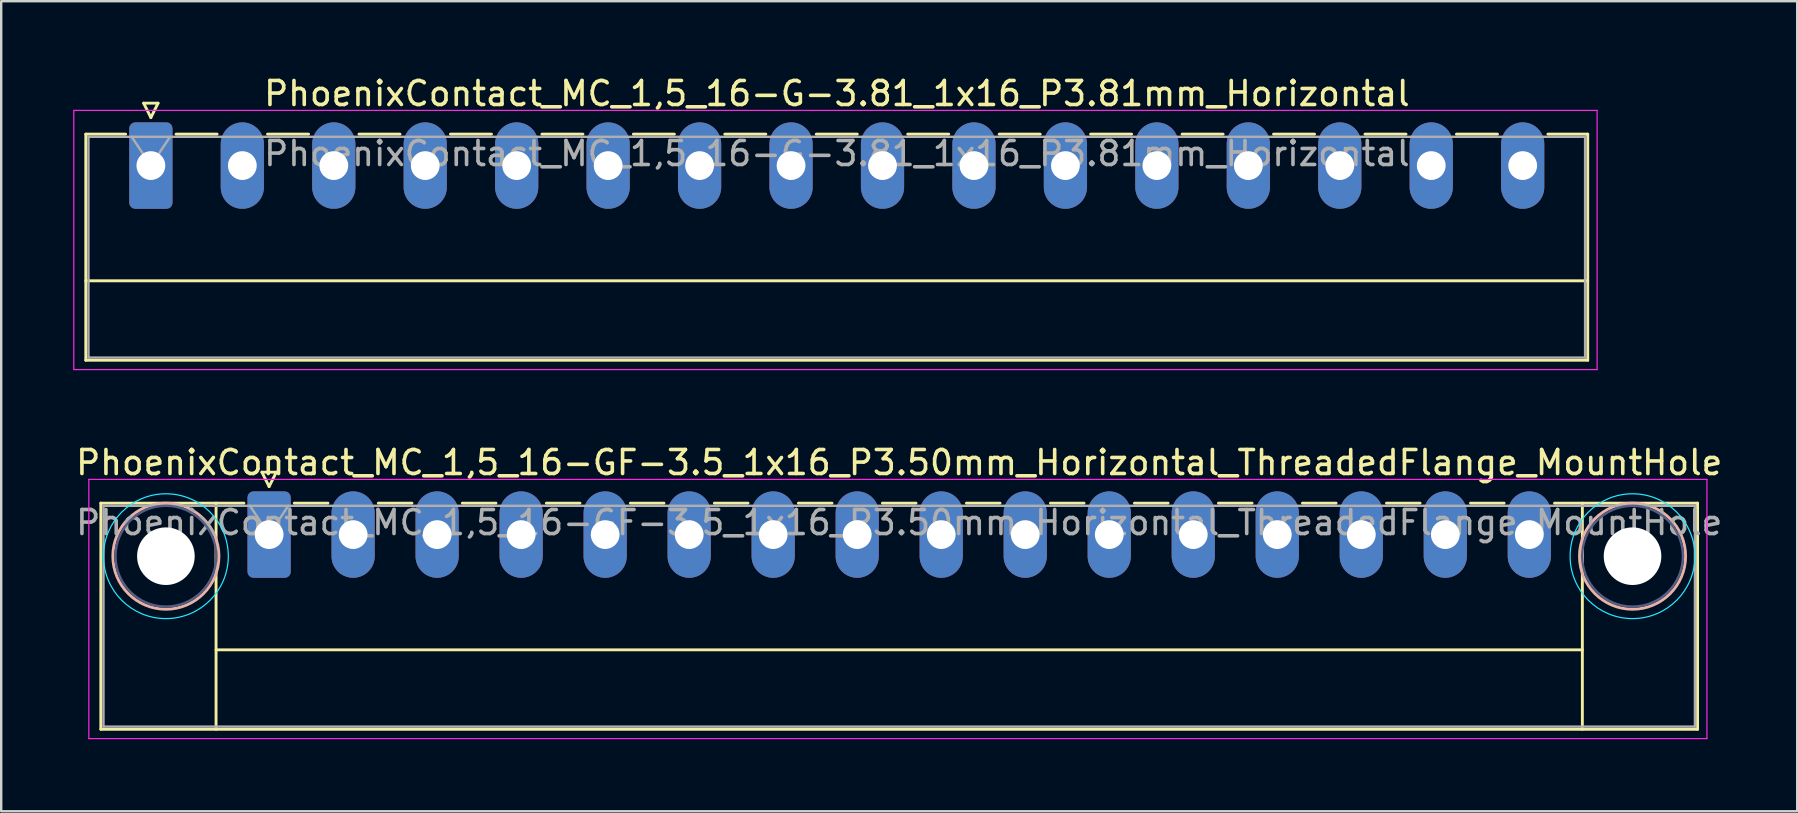
<source format=kicad_pcb>
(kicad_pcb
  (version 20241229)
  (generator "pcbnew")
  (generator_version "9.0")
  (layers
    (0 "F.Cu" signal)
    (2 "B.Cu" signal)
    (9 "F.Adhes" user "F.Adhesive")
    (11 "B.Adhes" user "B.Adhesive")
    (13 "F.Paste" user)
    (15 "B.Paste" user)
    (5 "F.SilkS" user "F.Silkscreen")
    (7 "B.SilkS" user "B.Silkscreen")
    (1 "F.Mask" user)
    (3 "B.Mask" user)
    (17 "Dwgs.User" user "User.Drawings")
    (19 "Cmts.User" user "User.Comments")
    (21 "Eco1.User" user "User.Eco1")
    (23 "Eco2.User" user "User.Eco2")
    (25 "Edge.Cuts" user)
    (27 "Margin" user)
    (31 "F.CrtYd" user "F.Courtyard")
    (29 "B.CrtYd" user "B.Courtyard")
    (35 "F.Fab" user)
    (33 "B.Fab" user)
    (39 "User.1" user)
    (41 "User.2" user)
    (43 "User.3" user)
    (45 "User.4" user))
  (footprint "PhoenixContact_MC_1,5_16-GF-3.5_1x16_P3.50mm_Horizontal_ThreadedFlange_MountHole"
    (layer "F.Cu")
    (at 8.161 19.221)
    (property "Reference" "PhoenixContact_MC_1,5_16-GF-3.5_1x16_P3.50mm_Horizontal_ThreadedFlange_MountHole" (at 26.25 -3 0) (layer "F.SilkS") (effects (font (size 1 1) (thickness 0.15))))
    (attr through_hole)
    (fp_line (start -7.01 -1.31) (end -7.01 8.11) (stroke (width 0.12) (type solid)) (layer "F.SilkS"))
    (fp_line (start -7.01 -1.31) (end -1.05 -1.31) (stroke (width 0.12) (type solid)) (layer "F.SilkS"))
    (fp_line (start -7.01 8.11) (end 59.51 8.11) (stroke (width 0.12) (type solid)) (layer "F.SilkS"))
    (fp_line (start -2.21 -1.31) (end -2.21 8.11) (stroke (width 0.12) (type solid)) (layer "F.SilkS"))
    (fp_line (start -2.21 4.8) (end 54.71 4.8) (stroke (width 0.12) (type solid)) (layer "F.SilkS"))
    (fp_line (start -0.3 -2.6) (end 0.3 -2.6) (stroke (width 0.12) (type solid)) (layer "F.SilkS"))
    (fp_line (start 0 -2) (end -0.3 -2.6) (stroke (width 0.12) (type solid)) (layer "F.SilkS"))
    (fp_line (start 0.3 -2.6) (end 0 -2) (stroke (width 0.12) (type solid)) (layer "F.SilkS"))
    (fp_line (start 1.05 -1.31) (end 2.45 -1.31) (stroke (width 0.12) (type solid)) (layer "F.SilkS"))
    (fp_line (start 4.55 -1.31) (end 5.95 -1.31) (stroke (width 0.12) (type solid)) (layer "F.SilkS"))
    (fp_line (start 8.05 -1.31) (end 9.45 -1.31) (stroke (width 0.12) (type solid)) (layer "F.SilkS"))
    (fp_line (start 11.55 -1.31) (end 12.95 -1.31) (stroke (width 0.12) (type solid)) (layer "F.SilkS"))
    (fp_line (start 15.05 -1.31) (end 16.45 -1.31) (stroke (width 0.12) (type solid)) (layer "F.SilkS"))
    (fp_line (start 18.55 -1.31) (end 19.95 -1.31) (stroke (width 0.12) (type solid)) (layer "F.SilkS"))
    (fp_line (start 22.05 -1.31) (end 23.45 -1.31) (stroke (width 0.12) (type solid)) (layer "F.SilkS"))
    (fp_line (start 25.55 -1.31) (end 26.95 -1.31) (stroke (width 0.12) (type solid)) (layer "F.SilkS"))
    (fp_line (start 29.05 -1.31) (end 30.45 -1.31) (stroke (width 0.12) (type solid)) (layer "F.SilkS"))
    (fp_line (start 32.55 -1.31) (end 33.95 -1.31) (stroke (width 0.12) (type solid)) (layer "F.SilkS"))
    (fp_line (start 36.05 -1.31) (end 37.45 -1.31) (stroke (width 0.12) (type solid)) (layer "F.SilkS"))
    (fp_line (start 39.55 -1.31) (end 40.95 -1.31) (stroke (width 0.12) (type solid)) (layer "F.SilkS"))
    (fp_line (start 43.05 -1.31) (end 44.45 -1.31) (stroke (width 0.12) (type solid)) (layer "F.SilkS"))
    (fp_line (start 46.55 -1.31) (end 47.95 -1.31) (stroke (width 0.12) (type solid)) (layer "F.SilkS"))
    (fp_line (start 50.05 -1.31) (end 51.45 -1.31) (stroke (width 0.12) (type solid)) (layer "F.SilkS"))
    (fp_line (start 54.71 -1.31) (end 54.71 8.11) (stroke (width 0.12) (type solid)) (layer "F.SilkS"))
    (fp_line (start 59.51 -1.31) (end 53.55 -1.31) (stroke (width 0.12) (type solid)) (layer "F.SilkS"))
    (fp_line (start 59.51 8.11) (end 59.51 -1.31) (stroke (width 0.12) (type solid)) (layer "F.SilkS"))
    (fp_circle (center -4.3 0.9) (end -2.09 0.9) (stroke (width 0.12) (type solid)) (fill no) (layer "B.SilkS"))
    (fp_circle (center 56.8 0.9) (end 59.01 0.9) (stroke (width 0.12) (type solid)) (fill no) (layer "B.SilkS"))
    (fp_circle (center -4.3 0.9) (end -1.7 0.9) (stroke (width 0.05) (type solid)) (fill no) (layer "B.CrtYd"))
    (fp_circle (center 56.8 0.9) (end 59.4 0.9) (stroke (width 0.05) (type solid)) (fill no) (layer "B.CrtYd"))
    (fp_line (start -7.51 -2.3) (end -7.51 8.5) (stroke (width 0.05) (type solid)) (layer "F.CrtYd"))
    (fp_line (start -7.51 8.5) (end 59.9 8.5) (stroke (width 0.05) (type solid)) (layer "F.CrtYd"))
    (fp_line (start 59.9 -2.3) (end -7.51 -2.3) (stroke (width 0.05) (type solid)) (layer "F.CrtYd"))
    (fp_line (start 59.9 8.5) (end 59.9 -2.3) (stroke (width 0.05) (type solid)) (layer "F.CrtYd"))
    (fp_circle (center -4.3 0.9) (end -2.2 0.9) (stroke (width 0.1) (type solid)) (fill no) (layer "B.Fab"))
    (fp_circle (center 56.8 0.9) (end 58.9 0.9) (stroke (width 0.1) (type solid)) (fill no) (layer "B.Fab"))
    (fp_line (start -6.9 -1.2) (end -6.9 8) (stroke (width 0.1) (type solid)) (layer "F.Fab"))
    (fp_line (start -6.9 8) (end 59.4 8) (stroke (width 0.1) (type solid)) (layer "F.Fab"))
    (fp_line (start 0 0) (end -0.8 -1.2) (stroke (width 0.1) (type solid)) (layer "F.Fab"))
    (fp_line (start 0.8 -1.2) (end 0 0) (stroke (width 0.1) (type solid)) (layer "F.Fab"))
    (fp_line (start 59.4 -1.2) (end -6.9 -1.2) (stroke (width 0.1) (type solid)) (layer "F.Fab"))
    (fp_line (start 59.4 8) (end 59.4 -1.2) (stroke (width 0.1) (type solid)) (layer "F.Fab"))
    (fp_text user "${REFERENCE}" (at 26.25 -0.5 0) (layer "F.Fab") (effects (font (size 1 1) (thickness 0.15))))
    (pad "" np_thru_hole circle (at -4.3 0.9) (size 2.4 2.4) (drill 2.4) (layers "*.Cu" "*.Mask"))
    (pad "" np_thru_hole circle (at 56.8 0.9) (size 2.4 2.4) (drill 2.4) (layers "*.Cu" "*.Mask"))
    (pad "1" thru_hole roundrect (at 0 0) (size 1.8 3.6) (drill 1.2) (layers "*.Cu" "*.Mask") (roundrect_rratio 0.139))
    (pad "2" thru_hole oval (at 3.5 0) (size 1.8 3.6) (drill 1.2) (layers "*.Cu" "*.Mask"))
    (pad "3" thru_hole oval (at 7 0) (size 1.8 3.6) (drill 1.2) (layers "*.Cu" "*.Mask"))
    (pad "4" thru_hole oval (at 10.5 0) (size 1.8 3.6) (drill 1.2) (layers "*.Cu" "*.Mask"))
    (pad "5" thru_hole oval (at 14 0) (size 1.8 3.6) (drill 1.2) (layers "*.Cu" "*.Mask"))
    (pad "6" thru_hole oval (at 17.5 0) (size 1.8 3.6) (drill 1.2) (layers "*.Cu" "*.Mask"))
    (pad "7" thru_hole oval (at 21 0) (size 1.8 3.6) (drill 1.2) (layers "*.Cu" "*.Mask"))
    (pad "8" thru_hole oval (at 24.5 0) (size 1.8 3.6) (drill 1.2) (layers "*.Cu" "*.Mask"))
    (pad "9" thru_hole oval (at 28 0) (size 1.8 3.6) (drill 1.2) (layers "*.Cu" "*.Mask"))
    (pad "10" thru_hole oval (at 31.5 0) (size 1.8 3.6) (drill 1.2) (layers "*.Cu" "*.Mask"))
    (pad "11" thru_hole oval (at 35 0) (size 1.8 3.6) (drill 1.2) (layers "*.Cu" "*.Mask"))
    (pad "12" thru_hole oval (at 38.5 0) (size 1.8 3.6) (drill 1.2) (layers "*.Cu" "*.Mask"))
    (pad "13" thru_hole oval (at 42 0) (size 1.8 3.6) (drill 1.2) (layers "*.Cu" "*.Mask"))
    (pad "14" thru_hole oval (at 45.5 0) (size 1.8 3.6) (drill 1.2) (layers "*.Cu" "*.Mask"))
    (pad "15" thru_hole oval (at 49 0) (size 1.8 3.6) (drill 1.2) (layers "*.Cu" "*.Mask"))
    (pad "16" thru_hole oval (at 52.5 0) (size 1.8 3.6) (drill 1.2) (layers "*.Cu" "*.Mask")))
  (footprint "PhoenixContact_MC_1,5_16-G-3.81_1x16_P3.81mm_Horizontal"
    (layer "F.Cu")
    (at 3.235 3.848)
    (property "Reference" "PhoenixContact_MC_1,5_16-G-3.81_1x16_P3.81mm_Horizontal" (at 28.58 -3 0) (layer "F.SilkS") (effects (font (size 1 1) (thickness 0.15))))
    (attr through_hole)
    (fp_line (start -2.71 -1.31) (end -2.71 8.11) (stroke (width 0.12) (type solid)) (layer "F.SilkS"))
    (fp_line (start -2.71 -1.31) (end -1.05 -1.31) (stroke (width 0.12) (type solid)) (layer "F.SilkS"))
    (fp_line (start -2.71 4.8) (end 59.86 4.8) (stroke (width 0.12) (type solid)) (layer "F.SilkS"))
    (fp_line (start -2.71 8.11) (end 59.86 8.11) (stroke (width 0.12) (type solid)) (layer "F.SilkS"))
    (fp_line (start -0.3 -2.6) (end 0.3 -2.6) (stroke (width 0.12) (type solid)) (layer "F.SilkS"))
    (fp_line (start 0 -2) (end -0.3 -2.6) (stroke (width 0.12) (type solid)) (layer "F.SilkS"))
    (fp_line (start 0.3 -2.6) (end 0 -2) (stroke (width 0.12) (type solid)) (layer "F.SilkS"))
    (fp_line (start 1.05 -1.31) (end 2.76 -1.31) (stroke (width 0.12) (type solid)) (layer "F.SilkS"))
    (fp_line (start 4.86 -1.31) (end 6.57 -1.31) (stroke (width 0.12) (type solid)) (layer "F.SilkS"))
    (fp_line (start 8.67 -1.31) (end 10.38 -1.31) (stroke (width 0.12) (type solid)) (layer "F.SilkS"))
    (fp_line (start 12.48 -1.31) (end 14.19 -1.31) (stroke (width 0.12) (type solid)) (layer "F.SilkS"))
    (fp_line (start 16.29 -1.31) (end 18 -1.31) (stroke (width 0.12) (type solid)) (layer "F.SilkS"))
    (fp_line (start 20.1 -1.31) (end 21.81 -1.31) (stroke (width 0.12) (type solid)) (layer "F.SilkS"))
    (fp_line (start 23.91 -1.31) (end 25.62 -1.31) (stroke (width 0.12) (type solid)) (layer "F.SilkS"))
    (fp_line (start 27.72 -1.31) (end 29.43 -1.31) (stroke (width 0.12) (type solid)) (layer "F.SilkS"))
    (fp_line (start 31.53 -1.31) (end 33.24 -1.31) (stroke (width 0.12) (type solid)) (layer "F.SilkS"))
    (fp_line (start 35.34 -1.31) (end 37.05 -1.31) (stroke (width 0.12) (type solid)) (layer "F.SilkS"))
    (fp_line (start 39.15 -1.31) (end 40.86 -1.31) (stroke (width 0.12) (type solid)) (layer "F.SilkS"))
    (fp_line (start 42.96 -1.31) (end 44.67 -1.31) (stroke (width 0.12) (type solid)) (layer "F.SilkS"))
    (fp_line (start 46.77 -1.31) (end 48.48 -1.31) (stroke (width 0.12) (type solid)) (layer "F.SilkS"))
    (fp_line (start 50.58 -1.31) (end 52.29 -1.31) (stroke (width 0.12) (type solid)) (layer "F.SilkS"))
    (fp_line (start 54.39 -1.31) (end 56.1 -1.31) (stroke (width 0.12) (type solid)) (layer "F.SilkS"))
    (fp_line (start 59.86 -1.31) (end 58.2 -1.31) (stroke (width 0.12) (type solid)) (layer "F.SilkS"))
    (fp_line (start 59.86 8.11) (end 59.86 -1.31) (stroke (width 0.12) (type solid)) (layer "F.SilkS"))
    (fp_line (start -3.21 -2.3) (end -3.21 8.5) (stroke (width 0.05) (type solid)) (layer "F.CrtYd"))
    (fp_line (start -3.21 8.5) (end 60.25 8.5) (stroke (width 0.05) (type solid)) (layer "F.CrtYd"))
    (fp_line (start 60.25 -2.3) (end -3.21 -2.3) (stroke (width 0.05) (type solid)) (layer "F.CrtYd"))
    (fp_line (start 60.25 8.5) (end 60.25 -2.3) (stroke (width 0.05) (type solid)) (layer "F.CrtYd"))
    (fp_line (start -2.6 -1.2) (end -2.6 8) (stroke (width 0.1) (type solid)) (layer "F.Fab"))
    (fp_line (start -2.6 8) (end 59.75 8) (stroke (width 0.1) (type solid)) (layer "F.Fab"))
    (fp_line (start 0 0) (end -0.8 -1.2) (stroke (width 0.1) (type solid)) (layer "F.Fab"))
    (fp_line (start 0.8 -1.2) (end 0 0) (stroke (width 0.1) (type solid)) (layer "F.Fab"))
    (fp_line (start 59.75 -1.2) (end -2.6 -1.2) (stroke (width 0.1) (type solid)) (layer "F.Fab"))
    (fp_line (start 59.75 8) (end 59.75 -1.2) (stroke (width 0.1) (type solid)) (layer "F.Fab"))
    (fp_text user "${REFERENCE}" (at 28.58 -0.5 0) (layer "F.Fab") (effects (font (size 1 1) (thickness 0.15))))
    (pad "1" thru_hole roundrect (at 0 0) (size 1.8 3.6) (drill 1.2) (layers "*.Cu" "*.Mask") (roundrect_rratio 0.139))
    (pad "2" thru_hole oval (at 3.81 0) (size 1.8 3.6) (drill 1.2) (layers "*.Cu" "*.Mask"))
    (pad "3" thru_hole oval (at 7.62 0) (size 1.8 3.6) (drill 1.2) (layers "*.Cu" "*.Mask"))
    (pad "4" thru_hole oval (at 11.43 0) (size 1.8 3.6) (drill 1.2) (layers "*.Cu" "*.Mask"))
    (pad "5" thru_hole oval (at 15.24 0) (size 1.8 3.6) (drill 1.2) (layers "*.Cu" "*.Mask"))
    (pad "6" thru_hole oval (at 19.05 0) (size 1.8 3.6) (drill 1.2) (layers "*.Cu" "*.Mask"))
    (pad "7" thru_hole oval (at 22.86 0) (size 1.8 3.6) (drill 1.2) (layers "*.Cu" "*.Mask"))
    (pad "8" thru_hole oval (at 26.67 0) (size 1.8 3.6) (drill 1.2) (layers "*.Cu" "*.Mask"))
    (pad "9" thru_hole oval (at 30.48 0) (size 1.8 3.6) (drill 1.2) (layers "*.Cu" "*.Mask"))
    (pad "10" thru_hole oval (at 34.29 0) (size 1.8 3.6) (drill 1.2) (layers "*.Cu" "*.Mask"))
    (pad "11" thru_hole oval (at 38.1 0) (size 1.8 3.6) (drill 1.2) (layers "*.Cu" "*.Mask"))
    (pad "12" thru_hole oval (at 41.91 0) (size 1.8 3.6) (drill 1.2) (layers "*.Cu" "*.Mask"))
    (pad "13" thru_hole oval (at 45.72 0) (size 1.8 3.6) (drill 1.2) (layers "*.Cu" "*.Mask"))
    (pad "14" thru_hole oval (at 49.53 0) (size 1.8 3.6) (drill 1.2) (layers "*.Cu" "*.Mask"))
    (pad "15" thru_hole oval (at 53.34 0) (size 1.8 3.6) (drill 1.2) (layers "*.Cu" "*.Mask"))
    (pad "16" thru_hole oval (at 57.15 0) (size 1.8 3.6) (drill 1.2) (layers "*.Cu" "*.Mask")))
  (gr_rect
    (start -3 -3)
    (end 71.821 30.747)
    (stroke (width 0.1) (type default))
    (fill no)
    (layer "Edge.Cuts")))
</source>
